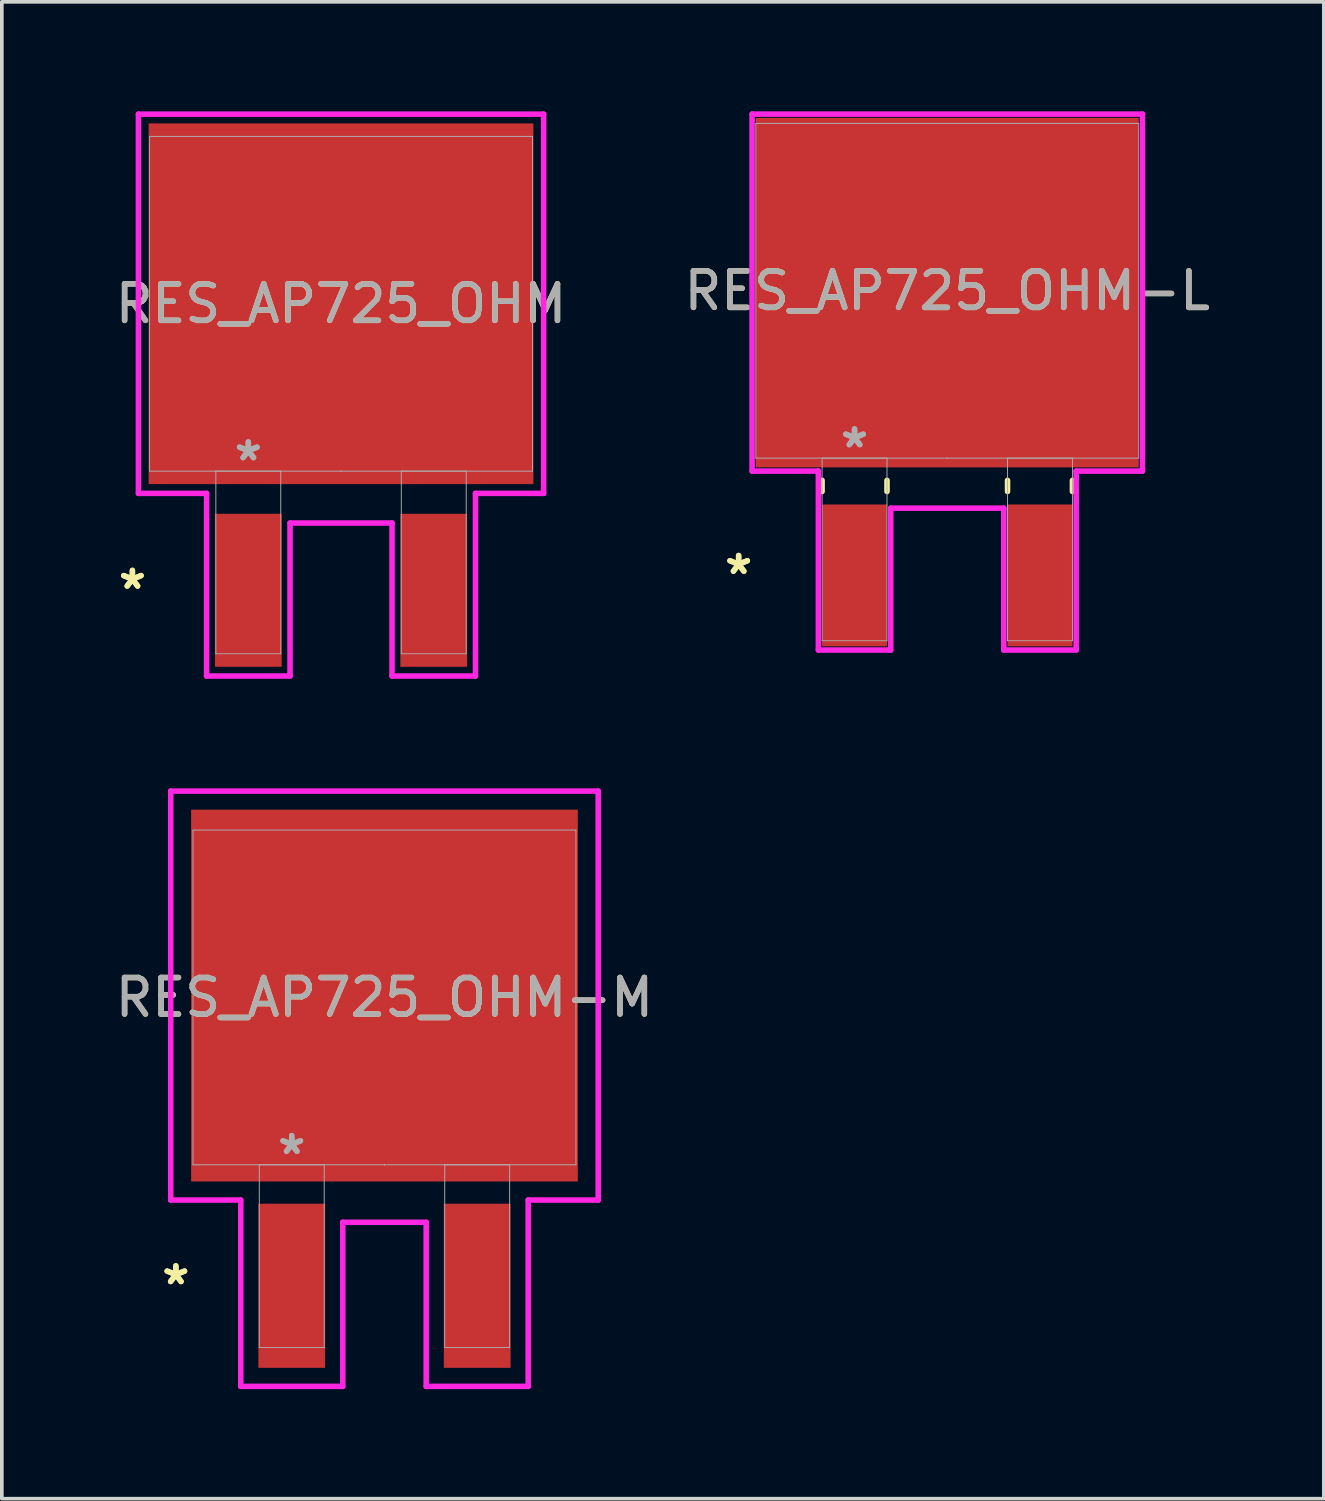
<source format=kicad_pcb>
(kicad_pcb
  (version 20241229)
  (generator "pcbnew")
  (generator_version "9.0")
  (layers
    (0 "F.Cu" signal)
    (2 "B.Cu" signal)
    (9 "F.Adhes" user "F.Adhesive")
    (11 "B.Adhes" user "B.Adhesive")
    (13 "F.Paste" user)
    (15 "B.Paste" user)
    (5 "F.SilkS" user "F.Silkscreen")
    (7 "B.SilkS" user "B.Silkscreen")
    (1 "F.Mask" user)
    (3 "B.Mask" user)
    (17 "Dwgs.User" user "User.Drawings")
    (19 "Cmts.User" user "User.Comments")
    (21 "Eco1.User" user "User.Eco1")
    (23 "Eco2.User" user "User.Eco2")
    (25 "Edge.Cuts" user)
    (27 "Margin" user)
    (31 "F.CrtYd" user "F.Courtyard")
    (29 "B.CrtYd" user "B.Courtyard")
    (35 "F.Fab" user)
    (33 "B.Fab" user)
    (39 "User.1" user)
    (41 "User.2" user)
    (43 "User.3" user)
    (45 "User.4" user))
  (footprint "RES_AP725_OHM"
    (layer "F.Cu")
    (at 6.292 5.271)
    (property "Reference" "RES_AP725_OHM" (at 0 0 0) (unlocked yes) (layer "F.SilkS") (effects (font (size 1 1) (thickness 0.15))))
    (attr smd)
    (fp_line (start -5.55 -5.194) (end 5.55 -5.194) (stroke (width 0.152) (type solid)) (layer "F.CrtYd"))
    (fp_line (start -5.55 5.194) (end -5.55 -5.194) (stroke (width 0.152) (type solid)) (layer "F.CrtYd"))
    (fp_line (start -3.683 5.194) (end -5.55 5.194) (stroke (width 0.152) (type solid)) (layer "F.CrtYd"))
    (fp_line (start -3.683 10.198) (end -3.683 5.194) (stroke (width 0.152) (type solid)) (layer "F.CrtYd"))
    (fp_line (start -1.397 6.007) (end -1.397 10.198) (stroke (width 0.152) (type solid)) (layer "F.CrtYd"))
    (fp_line (start -1.397 10.198) (end -3.683 10.198) (stroke (width 0.152) (type solid)) (layer "F.CrtYd"))
    (fp_line (start 1.397 6.007) (end -1.397 6.007) (stroke (width 0.152) (type solid)) (layer "F.CrtYd"))
    (fp_line (start 1.397 10.198) (end 1.397 6.007) (stroke (width 0.152) (type solid)) (layer "F.CrtYd"))
    (fp_line (start 3.683 5.194) (end 3.683 10.198) (stroke (width 0.152) (type solid)) (layer "F.CrtYd"))
    (fp_line (start 3.683 10.198) (end 1.397 10.198) (stroke (width 0.152) (type solid)) (layer "F.CrtYd"))
    (fp_line (start 5.55 -5.194) (end 5.55 5.194) (stroke (width 0.152) (type solid)) (layer "F.CrtYd"))
    (fp_line (start 5.55 5.194) (end 3.683 5.194) (stroke (width 0.152) (type solid)) (layer "F.CrtYd"))
    (fp_line (start -5.245 -4.585) (end -5.245 4.585) (stroke (width 0.025) (type solid)) (layer "F.Fab"))
    (fp_line (start -5.245 4.585) (end 5.245 4.585) (stroke (width 0.025) (type solid)) (layer "F.Fab"))
    (fp_line (start -3.429 4.585) (end -3.429 9.588) (stroke (width 0.025) (type solid)) (layer "F.Fab"))
    (fp_line (start -3.429 9.588) (end -1.651 9.588) (stroke (width 0.025) (type solid)) (layer "F.Fab"))
    (fp_line (start -1.651 4.585) (end -3.429 4.585) (stroke (width 0.025) (type solid)) (layer "F.Fab"))
    (fp_line (start -1.651 9.588) (end -1.651 4.585) (stroke (width 0.025) (type solid)) (layer "F.Fab"))
    (fp_line (start 0 4.585) (end 0 4.585) (stroke (width 0.025) (type solid)) (layer "F.Fab"))
    (fp_line (start 0 4.585) (end 0 4.585) (stroke (width 0.025) (type solid)) (layer "F.Fab"))
    (fp_line (start 0 4.585) (end 0 4.585) (stroke (width 0.025) (type solid)) (layer "F.Fab"))
    (fp_line (start 1.651 4.585) (end 1.651 9.588) (stroke (width 0.025) (type solid)) (layer "F.Fab"))
    (fp_line (start 1.651 9.588) (end 3.429 9.588) (stroke (width 0.025) (type solid)) (layer "F.Fab"))
    (fp_line (start 3.429 4.585) (end 1.651 4.585) (stroke (width 0.025) (type solid)) (layer "F.Fab"))
    (fp_line (start 3.429 9.588) (end 3.429 4.585) (stroke (width 0.025) (type solid)) (layer "F.Fab"))
    (fp_line (start 5.245 -4.585) (end -5.245 -4.585) (stroke (width 0.025) (type solid)) (layer "F.Fab"))
    (fp_line (start 5.245 4.585) (end 5.245 -4.585) (stroke (width 0.025) (type solid)) (layer "F.Fab"))
    (fp_text user "*" (at -5.715 7.849 0) (unlocked yes) (layer "F.SilkS") (effects (font (size 1 1) (thickness 0.15))))
    (fp_text user "*" (at -5.715 7.849 0) (layer "F.SilkS") (effects (font (size 1 1) (thickness 0.15))))
    (fp_text user "*" (at -2.54 4.331 0) (layer "F.Fab") (effects (font (size 1 1) (thickness 0.15))))
    (fp_text user "${REFERENCE}" (at 0 0 0) (unlocked yes) (layer "F.Fab") (effects (font (size 1 1) (thickness 0.15))))
    (fp_text user "*" (at -2.54 4.331 0) (unlocked yes) (layer "F.Fab") (effects (font (size 1 1) (thickness 0.15))))
    (pad "1" smd rect (at -2.54 7.849) (size 1.829 4.191) (layers "F.Cu" "F.Mask" "F.Paste"))
    (pad "2" smd rect (at 2.54 7.849) (size 1.829 4.191) (layers "F.Cu" "F.Mask" "F.Paste"))
    (pad "x" smd rect (at 0 0) (size 10.541 9.881) (layers "F.Cu" "F.Mask" "F.Paste")))
  (footprint "RES_AP725_OHM-M"
    (layer "F.Cu")
    (at 7.482 24.273)
    (property "Reference" "RES_AP725_OHM-M" (at 0 0 0) (unlocked yes) (layer "F.SilkS") (effects (font (size 1 1) (thickness 0.15))))
    (attr smd)
    (fp_line (start -5.855 -5.652) (end 5.855 -5.652) (stroke (width 0.152) (type solid)) (layer "F.CrtYd"))
    (fp_line (start -5.855 5.55) (end -5.855 -5.652) (stroke (width 0.152) (type solid)) (layer "F.CrtYd"))
    (fp_line (start -3.937 5.55) (end -5.855 5.55) (stroke (width 0.152) (type solid)) (layer "F.CrtYd"))
    (fp_line (start -3.937 10.655) (end -3.937 5.55) (stroke (width 0.152) (type solid)) (layer "F.CrtYd"))
    (fp_line (start -1.143 6.16) (end -1.143 10.655) (stroke (width 0.152) (type solid)) (layer "F.CrtYd"))
    (fp_line (start -1.143 10.655) (end -3.937 10.655) (stroke (width 0.152) (type solid)) (layer "F.CrtYd"))
    (fp_line (start 1.143 6.16) (end -1.143 6.16) (stroke (width 0.152) (type solid)) (layer "F.CrtYd"))
    (fp_line (start 1.143 10.655) (end 1.143 6.16) (stroke (width 0.152) (type solid)) (layer "F.CrtYd"))
    (fp_line (start 3.937 5.55) (end 3.937 10.655) (stroke (width 0.152) (type solid)) (layer "F.CrtYd"))
    (fp_line (start 3.937 10.655) (end 1.143 10.655) (stroke (width 0.152) (type solid)) (layer "F.CrtYd"))
    (fp_line (start 5.855 -5.652) (end 5.855 5.55) (stroke (width 0.152) (type solid)) (layer "F.CrtYd"))
    (fp_line (start 5.855 5.55) (end 3.937 5.55) (stroke (width 0.152) (type solid)) (layer "F.CrtYd"))
    (fp_line (start -5.245 -4.585) (end -5.245 4.585) (stroke (width 0.025) (type solid)) (layer "F.Fab"))
    (fp_line (start -5.245 4.585) (end 5.245 4.585) (stroke (width 0.025) (type solid)) (layer "F.Fab"))
    (fp_line (start -3.429 4.585) (end -3.429 9.588) (stroke (width 0.025) (type solid)) (layer "F.Fab"))
    (fp_line (start -3.429 9.588) (end -1.651 9.588) (stroke (width 0.025) (type solid)) (layer "F.Fab"))
    (fp_line (start -1.651 4.585) (end -3.429 4.585) (stroke (width 0.025) (type solid)) (layer "F.Fab"))
    (fp_line (start -1.651 9.588) (end -1.651 4.585) (stroke (width 0.025) (type solid)) (layer "F.Fab"))
    (fp_line (start 0 4.585) (end 0 4.585) (stroke (width 0.025) (type solid)) (layer "F.Fab"))
    (fp_line (start 0 4.585) (end 0 4.585) (stroke (width 0.025) (type solid)) (layer "F.Fab"))
    (fp_line (start 0 4.585) (end 0 4.585) (stroke (width 0.025) (type solid)) (layer "F.Fab"))
    (fp_line (start 1.651 4.585) (end 1.651 9.588) (stroke (width 0.025) (type solid)) (layer "F.Fab"))
    (fp_line (start 1.651 9.588) (end 3.429 9.588) (stroke (width 0.025) (type solid)) (layer "F.Fab"))
    (fp_line (start 3.429 4.585) (end 1.651 4.585) (stroke (width 0.025) (type solid)) (layer "F.Fab"))
    (fp_line (start 3.429 9.588) (end 3.429 4.585) (stroke (width 0.025) (type solid)) (layer "F.Fab"))
    (fp_line (start 5.245 -4.585) (end -5.245 -4.585) (stroke (width 0.025) (type solid)) (layer "F.Fab"))
    (fp_line (start 5.245 4.585) (end 5.245 -4.585) (stroke (width 0.025) (type solid)) (layer "F.Fab"))
    (fp_text user "*" (at -5.715 7.899 0) (layer "F.SilkS") (effects (font (size 1 1) (thickness 0.15))))
    (fp_text user "*" (at -5.715 7.899 0) (unlocked yes) (layer "F.SilkS") (effects (font (size 1 1) (thickness 0.15))))
    (fp_text user "*" (at -2.54 4.331 0) (unlocked yes) (layer "F.Fab") (effects (font (size 1 1) (thickness 0.15))))
    (fp_text user "*" (at -2.54 4.331 0) (layer "F.Fab") (effects (font (size 1 1) (thickness 0.15))))
    (fp_text user "${REFERENCE}" (at 0 0 0) (unlocked yes) (layer "F.Fab") (effects (font (size 1 1) (thickness 0.15))))
    (pad "1" smd rect (at -2.54 7.899) (size 1.829 4.496) (layers "F.Cu" "F.Mask" "F.Paste"))
    (pad "2" smd rect (at 0 -0.051) (size 10.592 10.185) (layers "F.Cu" "F.Mask" "F.Paste"))
    (pad "3" smd rect (at 2.54 7.899) (size 1.829 4.496) (layers "F.Cu" "F.Mask" "F.Paste")))
  (footprint "RES_AP725_OHM-L"
    (layer "F.Cu")
    (at 22.899 4.915)
    (property "Reference" "RES_AP725_OHM-L" (at 0 0 0) (unlocked yes) (layer "F.SilkS") (effects (font (size 1 1) (thickness 0.15))))
    (attr smd)
    (fp_line (start -3.429 5.194) (end -3.429 5.499) (stroke (width 0.152) (type solid)) (layer "F.SilkS"))
    (fp_line (start -1.651 5.194) (end -1.651 5.499) (stroke (width 0.152) (type solid)) (layer "F.SilkS"))
    (fp_line (start 1.651 5.194) (end 1.651 5.499) (stroke (width 0.152) (type solid)) (layer "F.SilkS"))
    (fp_line (start 3.429 5.194) (end 3.429 5.499) (stroke (width 0.152) (type solid)) (layer "F.SilkS"))
    (fp_line (start -5.347 -4.839) (end 5.347 -4.839) (stroke (width 0.152) (type solid)) (layer "F.CrtYd"))
    (fp_line (start -5.347 4.94) (end -5.347 -4.839) (stroke (width 0.152) (type solid)) (layer "F.CrtYd"))
    (fp_line (start -3.531 4.94) (end -5.347 4.94) (stroke (width 0.152) (type solid)) (layer "F.CrtYd"))
    (fp_line (start -3.531 9.842) (end -3.531 4.94) (stroke (width 0.152) (type solid)) (layer "F.CrtYd"))
    (fp_line (start -1.549 5.956) (end -1.549 9.842) (stroke (width 0.152) (type solid)) (layer "F.CrtYd"))
    (fp_line (start -1.549 9.842) (end -3.531 9.842) (stroke (width 0.152) (type solid)) (layer "F.CrtYd"))
    (fp_line (start 1.549 5.956) (end -1.549 5.956) (stroke (width 0.152) (type solid)) (layer "F.CrtYd"))
    (fp_line (start 1.549 9.842) (end 1.549 5.956) (stroke (width 0.152) (type solid)) (layer "F.CrtYd"))
    (fp_line (start 3.531 4.94) (end 3.531 9.842) (stroke (width 0.152) (type solid)) (layer "F.CrtYd"))
    (fp_line (start 3.531 9.842) (end 1.549 9.842) (stroke (width 0.152) (type solid)) (layer "F.CrtYd"))
    (fp_line (start 5.347 -4.839) (end 5.347 4.94) (stroke (width 0.152) (type solid)) (layer "F.CrtYd"))
    (fp_line (start 5.347 4.94) (end 3.531 4.94) (stroke (width 0.152) (type solid)) (layer "F.CrtYd"))
    (fp_line (start -5.245 -4.585) (end -5.245 4.585) (stroke (width 0.025) (type solid)) (layer "F.Fab"))
    (fp_line (start -5.245 4.585) (end 5.245 4.585) (stroke (width 0.025) (type solid)) (layer "F.Fab"))
    (fp_line (start -3.429 4.585) (end -3.429 9.588) (stroke (width 0.025) (type solid)) (layer "F.Fab"))
    (fp_line (start -3.429 9.588) (end -1.651 9.588) (stroke (width 0.025) (type solid)) (layer "F.Fab"))
    (fp_line (start -1.651 4.585) (end -3.429 4.585) (stroke (width 0.025) (type solid)) (layer "F.Fab"))
    (fp_line (start -1.651 9.588) (end -1.651 4.585) (stroke (width 0.025) (type solid)) (layer "F.Fab"))
    (fp_line (start 0 4.585) (end 0 4.585) (stroke (width 0.025) (type solid)) (layer "F.Fab"))
    (fp_line (start 0 4.585) (end 0 4.585) (stroke (width 0.025) (type solid)) (layer "F.Fab"))
    (fp_line (start 0 4.585) (end 0 4.585) (stroke (width 0.025) (type solid)) (layer "F.Fab"))
    (fp_line (start 1.651 4.585) (end 1.651 9.588) (stroke (width 0.025) (type solid)) (layer "F.Fab"))
    (fp_line (start 1.651 9.588) (end 3.429 9.588) (stroke (width 0.025) (type solid)) (layer "F.Fab"))
    (fp_line (start 3.429 4.585) (end 1.651 4.585) (stroke (width 0.025) (type solid)) (layer "F.Fab"))
    (fp_line (start 3.429 9.588) (end 3.429 4.585) (stroke (width 0.025) (type solid)) (layer "F.Fab"))
    (fp_line (start 5.245 -4.585) (end -5.245 -4.585) (stroke (width 0.025) (type solid)) (layer "F.Fab"))
    (fp_line (start 5.245 4.585) (end 5.245 -4.585) (stroke (width 0.025) (type solid)) (layer "F.Fab"))
    (fp_text user "*" (at -5.715 7.798 0) (layer "F.SilkS") (effects (font (size 1 1) (thickness 0.15))))
    (fp_text user "*" (at -5.715 7.798 0) (unlocked yes) (layer "F.SilkS") (effects (font (size 1 1) (thickness 0.15))))
    (fp_text user "*" (at -2.54 4.331 0) (unlocked yes) (layer "F.Fab") (effects (font (size 1 1) (thickness 0.15))))
    (fp_text user "${REFERENCE}" (at 0 0 0) (unlocked yes) (layer "F.Fab") (effects (font (size 1 1) (thickness 0.15))))
    (fp_text user "*" (at -2.54 4.331 0) (layer "F.Fab") (effects (font (size 1 1) (thickness 0.15))))
    (pad "1" smd rect (at -2.54 7.798) (size 1.778 3.886) (layers "F.Cu" "F.Mask" "F.Paste"))
    (pad "2" smd rect (at 0 0.051) (size 10.49 9.576) (layers "F.Cu" "F.Mask" "F.Paste"))
    (pad "3" smd rect (at 2.54 7.798) (size 1.778 3.886) (layers "F.Cu" "F.Mask" "F.Paste")))
  (gr_rect
    (start -3 -3)
    (end 33.214 38.004)
    (stroke (width 0.1) (type default))
    (fill no)
    (layer "Edge.Cuts")))
</source>
